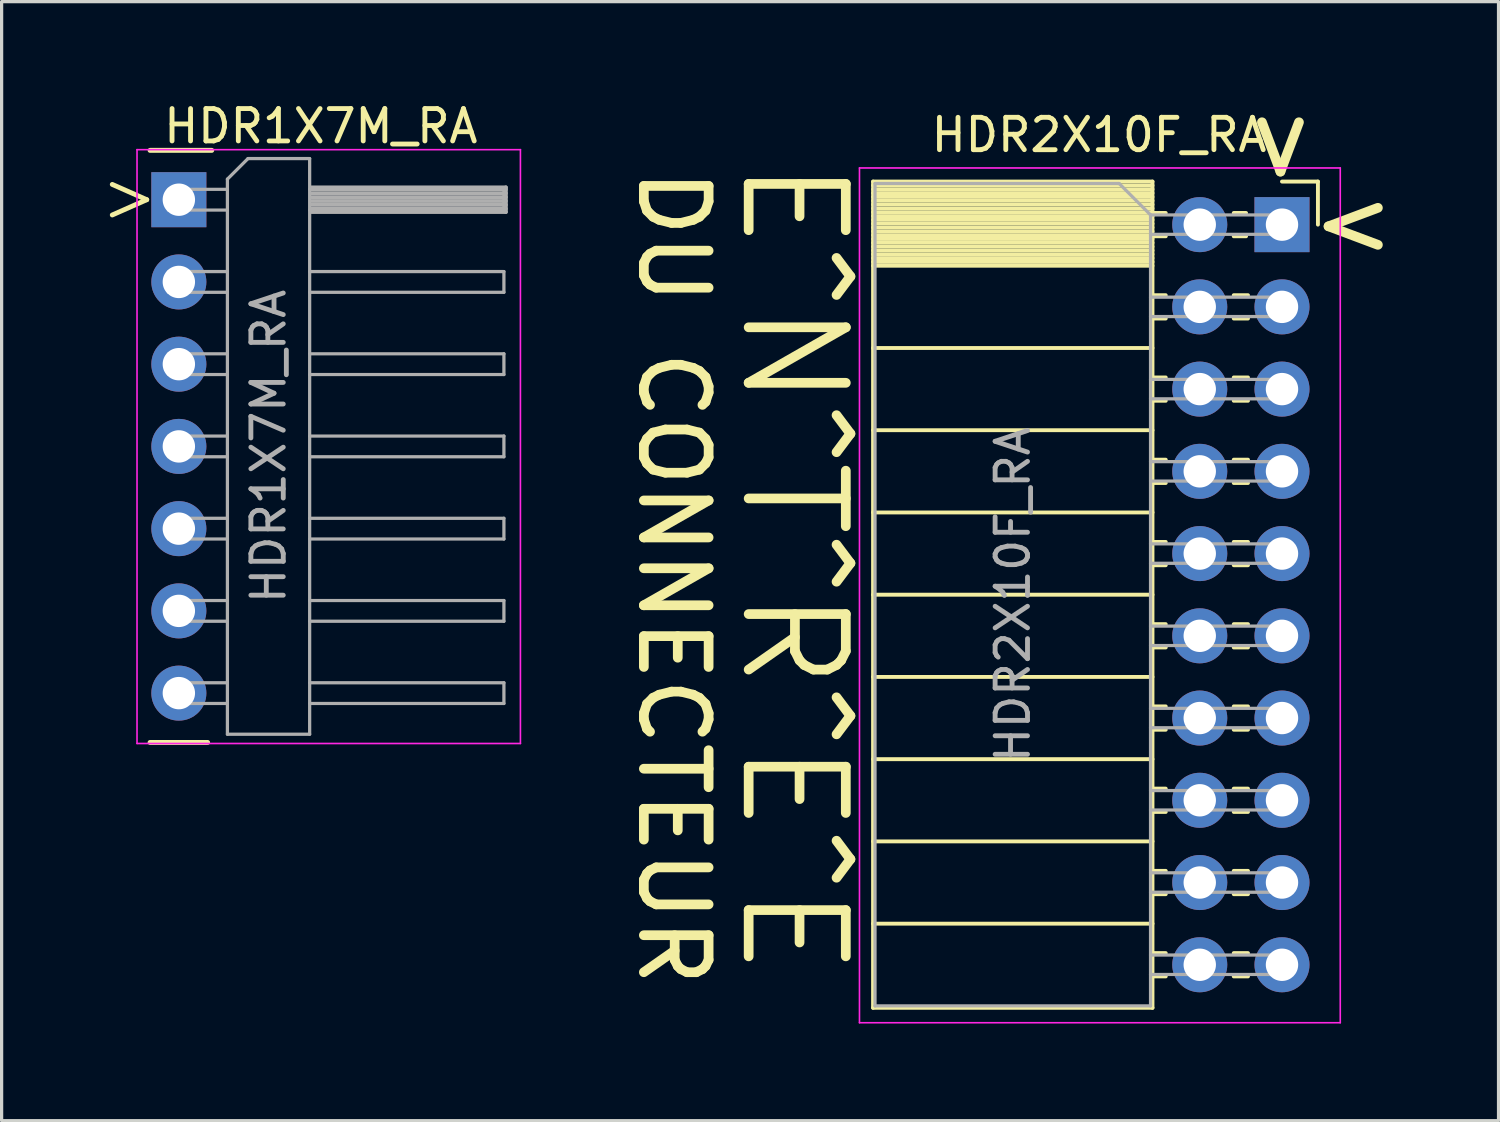
<source format=kicad_pcb>
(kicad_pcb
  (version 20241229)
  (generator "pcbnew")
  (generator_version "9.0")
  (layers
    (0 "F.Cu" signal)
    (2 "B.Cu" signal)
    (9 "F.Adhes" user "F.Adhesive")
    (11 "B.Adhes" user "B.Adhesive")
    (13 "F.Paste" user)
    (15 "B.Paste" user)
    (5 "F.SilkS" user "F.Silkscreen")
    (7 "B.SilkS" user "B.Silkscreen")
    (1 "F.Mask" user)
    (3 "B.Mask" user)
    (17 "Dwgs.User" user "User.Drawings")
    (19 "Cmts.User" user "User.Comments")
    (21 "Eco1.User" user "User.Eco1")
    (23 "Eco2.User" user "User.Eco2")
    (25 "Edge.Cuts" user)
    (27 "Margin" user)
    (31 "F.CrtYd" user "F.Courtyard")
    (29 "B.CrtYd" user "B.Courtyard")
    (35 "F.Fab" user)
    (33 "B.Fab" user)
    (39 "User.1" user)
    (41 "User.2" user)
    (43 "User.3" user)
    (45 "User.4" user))
  (footprint "HDR2X10F_RA"
    (layer "F.Cu")
    (at 36.546 3.888)
    (property "Reference" "HDR2X10F_RA" (at -5.65 -2.77 0) (layer "F.SilkS") (effects (font (size 1 1) (thickness 0.15))))
    (attr through_hole)
    (fp_line (start -12.63 -1.33) (end -12.63 24.19) (stroke (width 0.12) (type solid)) (layer "F.SilkS"))
    (fp_line (start -12.63 -1.33) (end -4 -1.33) (stroke (width 0.12) (type solid)) (layer "F.SilkS"))
    (fp_line (start -12.63 -1.21) (end -4 -1.21) (stroke (width 0.12) (type solid)) (layer "F.SilkS"))
    (fp_line (start -12.63 -1.092) (end -4 -1.092) (stroke (width 0.12) (type solid)) (layer "F.SilkS"))
    (fp_line (start -12.63 -0.974) (end -4 -0.974) (stroke (width 0.12) (type solid)) (layer "F.SilkS"))
    (fp_line (start -12.63 -0.856) (end -4 -0.856) (stroke (width 0.12) (type solid)) (layer "F.SilkS"))
    (fp_line (start -12.63 -0.738) (end -4 -0.738) (stroke (width 0.12) (type solid)) (layer "F.SilkS"))
    (fp_line (start -12.63 -0.62) (end -4 -0.62) (stroke (width 0.12) (type solid)) (layer "F.SilkS"))
    (fp_line (start -12.63 -0.501) (end -4 -0.501) (stroke (width 0.12) (type solid)) (layer "F.SilkS"))
    (fp_line (start -12.63 -0.383) (end -4 -0.383) (stroke (width 0.12) (type solid)) (layer "F.SilkS"))
    (fp_line (start -12.63 -0.265) (end -4 -0.265) (stroke (width 0.12) (type solid)) (layer "F.SilkS"))
    (fp_line (start -12.63 -0.147) (end -4 -0.147) (stroke (width 0.12) (type solid)) (layer "F.SilkS"))
    (fp_line (start -12.63 -0.029) (end -4 -0.029) (stroke (width 0.12) (type solid)) (layer "F.SilkS"))
    (fp_line (start -12.63 0.089) (end -4 0.089) (stroke (width 0.12) (type solid)) (layer "F.SilkS"))
    (fp_line (start -12.63 0.207) (end -4 0.207) (stroke (width 0.12) (type solid)) (layer "F.SilkS"))
    (fp_line (start -12.63 0.325) (end -4 0.325) (stroke (width 0.12) (type solid)) (layer "F.SilkS"))
    (fp_line (start -12.63 0.443) (end -4 0.443) (stroke (width 0.12) (type solid)) (layer "F.SilkS"))
    (fp_line (start -12.63 0.561) (end -4 0.561) (stroke (width 0.12) (type solid)) (layer "F.SilkS"))
    (fp_line (start -12.63 0.68) (end -4 0.68) (stroke (width 0.12) (type solid)) (layer "F.SilkS"))
    (fp_line (start -12.63 0.798) (end -4 0.798) (stroke (width 0.12) (type solid)) (layer "F.SilkS"))
    (fp_line (start -12.63 0.916) (end -4 0.916) (stroke (width 0.12) (type solid)) (layer "F.SilkS"))
    (fp_line (start -12.63 1.034) (end -4 1.034) (stroke (width 0.12) (type solid)) (layer "F.SilkS"))
    (fp_line (start -12.63 1.152) (end -4 1.152) (stroke (width 0.12) (type solid)) (layer "F.SilkS"))
    (fp_line (start -12.63 1.27) (end -4 1.27) (stroke (width 0.12) (type solid)) (layer "F.SilkS"))
    (fp_line (start -12.63 3.81) (end -4 3.81) (stroke (width 0.12) (type solid)) (layer "F.SilkS"))
    (fp_line (start -12.63 6.35) (end -4 6.35) (stroke (width 0.12) (type solid)) (layer "F.SilkS"))
    (fp_line (start -12.63 8.89) (end -4 8.89) (stroke (width 0.12) (type solid)) (layer "F.SilkS"))
    (fp_line (start -12.63 11.43) (end -4 11.43) (stroke (width 0.12) (type solid)) (layer "F.SilkS"))
    (fp_line (start -12.63 13.97) (end -4 13.97) (stroke (width 0.12) (type solid)) (layer "F.SilkS"))
    (fp_line (start -12.63 16.51) (end -4 16.51) (stroke (width 0.12) (type solid)) (layer "F.SilkS"))
    (fp_line (start -12.63 19.05) (end -4 19.05) (stroke (width 0.12) (type solid)) (layer "F.SilkS"))
    (fp_line (start -12.63 21.59) (end -4 21.59) (stroke (width 0.12) (type solid)) (layer "F.SilkS"))
    (fp_line (start -12.63 24.19) (end -4 24.19) (stroke (width 0.12) (type solid)) (layer "F.SilkS"))
    (fp_line (start -4 -1.33) (end -4 24.19) (stroke (width 0.12) (type solid)) (layer "F.SilkS"))
    (fp_line (start -4 -0.36) (end -3.59 -0.36) (stroke (width 0.12) (type solid)) (layer "F.SilkS"))
    (fp_line (start -4 0.36) (end -3.59 0.36) (stroke (width 0.12) (type solid)) (layer "F.SilkS"))
    (fp_line (start -4 2.18) (end -3.59 2.18) (stroke (width 0.12) (type solid)) (layer "F.SilkS"))
    (fp_line (start -4 2.9) (end -3.59 2.9) (stroke (width 0.12) (type solid)) (layer "F.SilkS"))
    (fp_line (start -4 4.72) (end -3.59 4.72) (stroke (width 0.12) (type solid)) (layer "F.SilkS"))
    (fp_line (start -4 5.44) (end -3.59 5.44) (stroke (width 0.12) (type solid)) (layer "F.SilkS"))
    (fp_line (start -4 7.26) (end -3.59 7.26) (stroke (width 0.12) (type solid)) (layer "F.SilkS"))
    (fp_line (start -4 7.98) (end -3.59 7.98) (stroke (width 0.12) (type solid)) (layer "F.SilkS"))
    (fp_line (start -4 9.8) (end -3.59 9.8) (stroke (width 0.12) (type solid)) (layer "F.SilkS"))
    (fp_line (start -4 10.52) (end -3.59 10.52) (stroke (width 0.12) (type solid)) (layer "F.SilkS"))
    (fp_line (start -4 12.34) (end -3.59 12.34) (stroke (width 0.12) (type solid)) (layer "F.SilkS"))
    (fp_line (start -4 13.06) (end -3.59 13.06) (stroke (width 0.12) (type solid)) (layer "F.SilkS"))
    (fp_line (start -4 14.88) (end -3.59 14.88) (stroke (width 0.12) (type solid)) (layer "F.SilkS"))
    (fp_line (start -4 15.6) (end -3.59 15.6) (stroke (width 0.12) (type solid)) (layer "F.SilkS"))
    (fp_line (start -4 17.42) (end -3.59 17.42) (stroke (width 0.12) (type solid)) (layer "F.SilkS"))
    (fp_line (start -4 18.14) (end -3.59 18.14) (stroke (width 0.12) (type solid)) (layer "F.SilkS"))
    (fp_line (start -4 19.96) (end -3.59 19.96) (stroke (width 0.12) (type solid)) (layer "F.SilkS"))
    (fp_line (start -4 20.68) (end -3.59 20.68) (stroke (width 0.12) (type solid)) (layer "F.SilkS"))
    (fp_line (start -4 22.5) (end -3.59 22.5) (stroke (width 0.12) (type solid)) (layer "F.SilkS"))
    (fp_line (start -4 23.22) (end -3.59 23.22) (stroke (width 0.12) (type solid)) (layer "F.SilkS"))
    (fp_line (start -1.49 -0.36) (end -1.11 -0.36) (stroke (width 0.12) (type solid)) (layer "F.SilkS"))
    (fp_line (start -1.49 0.36) (end -1.11 0.36) (stroke (width 0.12) (type solid)) (layer "F.SilkS"))
    (fp_line (start -1.49 2.18) (end -1.05 2.18) (stroke (width 0.12) (type solid)) (layer "F.SilkS"))
    (fp_line (start -1.49 2.9) (end -1.05 2.9) (stroke (width 0.12) (type solid)) (layer "F.SilkS"))
    (fp_line (start -1.49 4.72) (end -1.05 4.72) (stroke (width 0.12) (type solid)) (layer "F.SilkS"))
    (fp_line (start -1.49 5.44) (end -1.05 5.44) (stroke (width 0.12) (type solid)) (layer "F.SilkS"))
    (fp_line (start -1.49 7.26) (end -1.05 7.26) (stroke (width 0.12) (type solid)) (layer "F.SilkS"))
    (fp_line (start -1.49 7.98) (end -1.05 7.98) (stroke (width 0.12) (type solid)) (layer "F.SilkS"))
    (fp_line (start -1.49 9.8) (end -1.05 9.8) (stroke (width 0.12) (type solid)) (layer "F.SilkS"))
    (fp_line (start -1.49 10.52) (end -1.05 10.52) (stroke (width 0.12) (type solid)) (layer "F.SilkS"))
    (fp_line (start -1.49 12.34) (end -1.05 12.34) (stroke (width 0.12) (type solid)) (layer "F.SilkS"))
    (fp_line (start -1.49 13.06) (end -1.05 13.06) (stroke (width 0.12) (type solid)) (layer "F.SilkS"))
    (fp_line (start -1.49 14.88) (end -1.05 14.88) (stroke (width 0.12) (type solid)) (layer "F.SilkS"))
    (fp_line (start -1.49 15.6) (end -1.05 15.6) (stroke (width 0.12) (type solid)) (layer "F.SilkS"))
    (fp_line (start -1.49 17.42) (end -1.05 17.42) (stroke (width 0.12) (type solid)) (layer "F.SilkS"))
    (fp_line (start -1.49 18.14) (end -1.05 18.14) (stroke (width 0.12) (type solid)) (layer "F.SilkS"))
    (fp_line (start -1.49 19.96) (end -1.05 19.96) (stroke (width 0.12) (type solid)) (layer "F.SilkS"))
    (fp_line (start -1.49 20.68) (end -1.05 20.68) (stroke (width 0.12) (type solid)) (layer "F.SilkS"))
    (fp_line (start -1.49 22.5) (end -1.05 22.5) (stroke (width 0.12) (type solid)) (layer "F.SilkS"))
    (fp_line (start -1.49 23.22) (end -1.05 23.22) (stroke (width 0.12) (type solid)) (layer "F.SilkS"))
    (fp_line (start 0 -1.33) (end 1.11 -1.33) (stroke (width 0.12) (type solid)) (layer "F.SilkS"))
    (fp_line (start 1.11 -1.33) (end 1.11 0) (stroke (width 0.12) (type solid)) (layer "F.SilkS"))
    (fp_line (start -13.05 -1.75) (end -13.05 24.65) (stroke (width 0.05) (type solid)) (layer "F.CrtYd"))
    (fp_line (start -13.05 24.65) (end 1.8 24.65) (stroke (width 0.05) (type solid)) (layer "F.CrtYd"))
    (fp_line (start 1.8 -1.75) (end -13.05 -1.75) (stroke (width 0.05) (type solid)) (layer "F.CrtYd"))
    (fp_line (start 1.8 24.65) (end 1.8 -1.75) (stroke (width 0.05) (type solid)) (layer "F.CrtYd"))
    (fp_line (start -12.57 -1.27) (end -5.03 -1.27) (stroke (width 0.1) (type solid)) (layer "F.Fab"))
    (fp_line (start -12.57 24.13) (end -12.57 -1.27) (stroke (width 0.1) (type solid)) (layer "F.Fab"))
    (fp_line (start -5.03 -1.27) (end -4.06 -0.3) (stroke (width 0.1) (type solid)) (layer "F.Fab"))
    (fp_line (start -4.06 -0.3) (end -4.06 24.13) (stroke (width 0.1) (type solid)) (layer "F.Fab"))
    (fp_line (start -4.06 0.3) (end 0 0.3) (stroke (width 0.1) (type solid)) (layer "F.Fab"))
    (fp_line (start -4.06 2.84) (end 0 2.84) (stroke (width 0.1) (type solid)) (layer "F.Fab"))
    (fp_line (start -4.06 5.38) (end 0 5.38) (stroke (width 0.1) (type solid)) (layer "F.Fab"))
    (fp_line (start -4.06 7.92) (end 0 7.92) (stroke (width 0.1) (type solid)) (layer "F.Fab"))
    (fp_line (start -4.06 10.46) (end 0 10.46) (stroke (width 0.1) (type solid)) (layer "F.Fab"))
    (fp_line (start -4.06 13) (end 0 13) (stroke (width 0.1) (type solid)) (layer "F.Fab"))
    (fp_line (start -4.06 15.54) (end 0 15.54) (stroke (width 0.1) (type solid)) (layer "F.Fab"))
    (fp_line (start -4.06 18.08) (end 0 18.08) (stroke (width 0.1) (type solid)) (layer "F.Fab"))
    (fp_line (start -4.06 20.62) (end 0 20.62) (stroke (width 0.1) (type solid)) (layer "F.Fab"))
    (fp_line (start -4.06 23.16) (end 0 23.16) (stroke (width 0.1) (type solid)) (layer "F.Fab"))
    (fp_line (start -4.06 24.13) (end -12.57 24.13) (stroke (width 0.1) (type solid)) (layer "F.Fab"))
    (fp_line (start 0 -0.3) (end -4.06 -0.3) (stroke (width 0.1) (type solid)) (layer "F.Fab"))
    (fp_line (start 0 0.3) (end 0 -0.3) (stroke (width 0.1) (type solid)) (layer "F.Fab"))
    (fp_line (start 0 2.24) (end -4.06 2.24) (stroke (width 0.1) (type solid)) (layer "F.Fab"))
    (fp_line (start 0 2.84) (end 0 2.24) (stroke (width 0.1) (type solid)) (layer "F.Fab"))
    (fp_line (start 0 4.78) (end -4.06 4.78) (stroke (width 0.1) (type solid)) (layer "F.Fab"))
    (fp_line (start 0 5.38) (end 0 4.78) (stroke (width 0.1) (type solid)) (layer "F.Fab"))
    (fp_line (start 0 7.32) (end -4.06 7.32) (stroke (width 0.1) (type solid)) (layer "F.Fab"))
    (fp_line (start 0 7.92) (end 0 7.32) (stroke (width 0.1) (type solid)) (layer "F.Fab"))
    (fp_line (start 0 9.86) (end -4.06 9.86) (stroke (width 0.1) (type solid)) (layer "F.Fab"))
    (fp_line (start 0 10.46) (end 0 9.86) (stroke (width 0.1) (type solid)) (layer "F.Fab"))
    (fp_line (start 0 12.4) (end -4.06 12.4) (stroke (width 0.1) (type solid)) (layer "F.Fab"))
    (fp_line (start 0 13) (end 0 12.4) (stroke (width 0.1) (type solid)) (layer "F.Fab"))
    (fp_line (start 0 14.94) (end -4.06 14.94) (stroke (width 0.1) (type solid)) (layer "F.Fab"))
    (fp_line (start 0 15.54) (end 0 14.94) (stroke (width 0.1) (type solid)) (layer "F.Fab"))
    (fp_line (start 0 17.48) (end -4.06 17.48) (stroke (width 0.1) (type solid)) (layer "F.Fab"))
    (fp_line (start 0 18.08) (end 0 17.48) (stroke (width 0.1) (type solid)) (layer "F.Fab"))
    (fp_line (start 0 20.02) (end -4.06 20.02) (stroke (width 0.1) (type solid)) (layer "F.Fab"))
    (fp_line (start 0 20.62) (end 0 20.02) (stroke (width 0.1) (type solid)) (layer "F.Fab"))
    (fp_line (start 0 22.56) (end -4.06 22.56) (stroke (width 0.1) (type solid)) (layer "F.Fab"))
    (fp_line (start 0 23.16) (end 0 22.56) (stroke (width 0.1) (type solid)) (layer "F.Fab"))
    (fp_text user ">" (at 0.1 -2.4 270) (unlocked yes) (layer "F.SilkS") (effects (font (size 2 2) (thickness 0.3))))
    (fp_text user "E^N^T^R^E^E" (at -15.1 10.6 270) (unlocked yes) (layer "F.SilkS") (effects (font (size 3 3) (thickness 0.3))))
    (fp_text user ">" (at 2.2 0.2 180) (unlocked yes) (layer "F.SilkS") (effects (font (size 2 2) (thickness 0.3))))
    (fp_text user "DU CONNECTEUR" (at -18.8 10.9 270) (unlocked yes) (layer "F.SilkS") (effects (font (size 2 2) (thickness 0.3))))
    (fp_text user "${REFERENCE}" (at -8.315 11.43 90) (layer "F.Fab") (effects (font (size 1 1) (thickness 0.15))))
    (pad "1" thru_hole rect (at 0 0) (size 1.7 1.7) (drill 1) (layers "*.Cu" "*.Mask"))
    (pad "2" thru_hole oval (at -2.54 0) (size 1.7 1.7) (drill 1) (layers "*.Cu" "*.Mask"))
    (pad "3" thru_hole oval (at 0 2.54) (size 1.7 1.7) (drill 1) (layers "*.Cu" "*.Mask"))
    (pad "4" thru_hole oval (at -2.54 2.54) (size 1.7 1.7) (drill 1) (layers "*.Cu" "*.Mask"))
    (pad "5" thru_hole oval (at 0 5.08) (size 1.7 1.7) (drill 1) (layers "*.Cu" "*.Mask"))
    (pad "6" thru_hole oval (at -2.54 5.08) (size 1.7 1.7) (drill 1) (layers "*.Cu" "*.Mask"))
    (pad "7" thru_hole oval (at 0 7.62) (size 1.7 1.7) (drill 1) (layers "*.Cu" "*.Mask"))
    (pad "8" thru_hole oval (at -2.54 7.62) (size 1.7 1.7) (drill 1) (layers "*.Cu" "*.Mask"))
    (pad "9" thru_hole oval (at 0 10.16) (size 1.7 1.7) (drill 1) (layers "*.Cu" "*.Mask"))
    (pad "10" thru_hole oval (at -2.54 10.16) (size 1.7 1.7) (drill 1) (layers "*.Cu" "*.Mask"))
    (pad "11" thru_hole oval (at 0 12.7) (size 1.7 1.7) (drill 1) (layers "*.Cu" "*.Mask"))
    (pad "12" thru_hole oval (at -2.54 12.7) (size 1.7 1.7) (drill 1) (layers "*.Cu" "*.Mask"))
    (pad "13" thru_hole oval (at 0 15.24) (size 1.7 1.7) (drill 1) (layers "*.Cu" "*.Mask"))
    (pad "14" thru_hole oval (at -2.54 15.24) (size 1.7 1.7) (drill 1) (layers "*.Cu" "*.Mask"))
    (pad "15" thru_hole oval (at 0 17.78) (size 1.7 1.7) (drill 1) (layers "*.Cu" "*.Mask"))
    (pad "16" thru_hole oval (at -2.54 17.78) (size 1.7 1.7) (drill 1) (layers "*.Cu" "*.Mask"))
    (pad "17" thru_hole oval (at 0 20.32) (size 1.7 1.7) (drill 1) (layers "*.Cu" "*.Mask"))
    (pad "18" thru_hole oval (at -2.54 20.32) (size 1.7 1.7) (drill 1) (layers "*.Cu" "*.Mask"))
    (pad "19" thru_hole oval (at 0 22.86) (size 1.7 1.7) (drill 1) (layers "*.Cu" "*.Mask"))
    (pad "20" thru_hole oval (at -2.54 22.86) (size 1.7 1.7) (drill 1) (layers "*.Cu" "*.Mask")))
  (footprint "HDR1X7M_RA"
    (layer "F.Cu")
    (at 2.474 3.118)
    (property "Reference" "HDR1X7M_RA" (at 4.385 -2.27 0) (layer "F.SilkS") (effects (font (size 1 1) (thickness 0.15))))
    (attr through_hole)
    (fp_line (start -0.889 -1.524) (end 1.016 -1.524) (stroke (width 0.152) (type solid)) (layer "F.SilkS"))
    (fp_line (start -0.889 16.764) (end 0.889 16.764) (stroke (width 0.152) (type solid)) (layer "F.SilkS"))
    (fp_line (start -1.292 16.796) (end -1.292 -1.546) (stroke (width 0.05) (type solid)) (layer "F.CrtYd"))
    (fp_line (start -1.292 16.796) (end 10.55 16.796) (stroke (width 0.05) (type solid)) (layer "F.CrtYd"))
    (fp_line (start 10.55 -1.546) (end -1.292 -1.546) (stroke (width 0.05) (type solid)) (layer "F.CrtYd"))
    (fp_line (start 10.55 16.796) (end 10.55 -1.546) (stroke (width 0.05) (type solid)) (layer "F.CrtYd"))
    (fp_line (start -0.32 -0.32) (end -0.32 0.32) (stroke (width 0.1) (type solid)) (layer "F.Fab"))
    (fp_line (start -0.32 -0.32) (end 1.5 -0.32) (stroke (width 0.1) (type solid)) (layer "F.Fab"))
    (fp_line (start -0.32 0.32) (end 1.5 0.32) (stroke (width 0.1) (type solid)) (layer "F.Fab"))
    (fp_line (start -0.32 2.22) (end -0.32 2.86) (stroke (width 0.1) (type solid)) (layer "F.Fab"))
    (fp_line (start -0.32 2.22) (end 1.5 2.22) (stroke (width 0.1) (type solid)) (layer "F.Fab"))
    (fp_line (start -0.32 2.86) (end 1.5 2.86) (stroke (width 0.1) (type solid)) (layer "F.Fab"))
    (fp_line (start -0.32 4.76) (end -0.32 5.4) (stroke (width 0.1) (type solid)) (layer "F.Fab"))
    (fp_line (start -0.32 4.76) (end 1.5 4.76) (stroke (width 0.1) (type solid)) (layer "F.Fab"))
    (fp_line (start -0.32 5.4) (end 1.5 5.4) (stroke (width 0.1) (type solid)) (layer "F.Fab"))
    (fp_line (start -0.32 7.3) (end -0.32 7.94) (stroke (width 0.1) (type solid)) (layer "F.Fab"))
    (fp_line (start -0.32 7.3) (end 1.5 7.3) (stroke (width 0.1) (type solid)) (layer "F.Fab"))
    (fp_line (start -0.32 7.94) (end 1.5 7.94) (stroke (width 0.1) (type solid)) (layer "F.Fab"))
    (fp_line (start -0.32 9.84) (end -0.32 10.48) (stroke (width 0.1) (type solid)) (layer "F.Fab"))
    (fp_line (start -0.32 9.84) (end 1.5 9.84) (stroke (width 0.1) (type solid)) (layer "F.Fab"))
    (fp_line (start -0.32 10.48) (end 1.5 10.48) (stroke (width 0.1) (type solid)) (layer "F.Fab"))
    (fp_line (start -0.32 12.38) (end -0.32 13.02) (stroke (width 0.1) (type solid)) (layer "F.Fab"))
    (fp_line (start -0.32 12.38) (end 1.5 12.38) (stroke (width 0.1) (type solid)) (layer "F.Fab"))
    (fp_line (start -0.32 13.02) (end 1.5 13.02) (stroke (width 0.1) (type solid)) (layer "F.Fab"))
    (fp_line (start -0.32 14.92) (end -0.32 15.56) (stroke (width 0.1) (type solid)) (layer "F.Fab"))
    (fp_line (start -0.32 14.92) (end 1.5 14.92) (stroke (width 0.1) (type solid)) (layer "F.Fab"))
    (fp_line (start -0.32 15.56) (end 1.5 15.56) (stroke (width 0.1) (type solid)) (layer "F.Fab"))
    (fp_line (start 1.5 -0.635) (end 2.135 -1.27) (stroke (width 0.1) (type solid)) (layer "F.Fab"))
    (fp_line (start 1.5 16.51) (end 1.5 -0.635) (stroke (width 0.1) (type solid)) (layer "F.Fab"))
    (fp_line (start 2.135 -1.27) (end 4.04 -1.27) (stroke (width 0.1) (type solid)) (layer "F.Fab"))
    (fp_line (start 4.04 -1.27) (end 4.04 16.51) (stroke (width 0.1) (type solid)) (layer "F.Fab"))
    (fp_line (start 4.04 -0.32) (end 10.04 -0.32) (stroke (width 0.1) (type solid)) (layer "F.Fab"))
    (fp_line (start 4.04 0.32) (end 10.04 0.32) (stroke (width 0.1) (type solid)) (layer "F.Fab"))
    (fp_line (start 4.04 2.22) (end 10.04 2.22) (stroke (width 0.1) (type solid)) (layer "F.Fab"))
    (fp_line (start 4.04 2.86) (end 10.04 2.86) (stroke (width 0.1) (type solid)) (layer "F.Fab"))
    (fp_line (start 4.04 4.76) (end 10.04 4.76) (stroke (width 0.1) (type solid)) (layer "F.Fab"))
    (fp_line (start 4.04 5.4) (end 10.04 5.4) (stroke (width 0.1) (type solid)) (layer "F.Fab"))
    (fp_line (start 4.04 7.3) (end 10.04 7.3) (stroke (width 0.1) (type solid)) (layer "F.Fab"))
    (fp_line (start 4.04 7.94) (end 10.04 7.94) (stroke (width 0.1) (type solid)) (layer "F.Fab"))
    (fp_line (start 4.04 9.84) (end 10.04 9.84) (stroke (width 0.1) (type solid)) (layer "F.Fab"))
    (fp_line (start 4.04 10.48) (end 10.04 10.48) (stroke (width 0.1) (type solid)) (layer "F.Fab"))
    (fp_line (start 4.04 12.38) (end 10.04 12.38) (stroke (width 0.1) (type solid)) (layer "F.Fab"))
    (fp_line (start 4.04 13.02) (end 10.04 13.02) (stroke (width 0.1) (type solid)) (layer "F.Fab"))
    (fp_line (start 4.04 14.92) (end 10.04 14.92) (stroke (width 0.1) (type solid)) (layer "F.Fab"))
    (fp_line (start 4.04 15.56) (end 10.04 15.56) (stroke (width 0.1) (type solid)) (layer "F.Fab"))
    (fp_line (start 4.04 16.51) (end 1.5 16.51) (stroke (width 0.1) (type solid)) (layer "F.Fab"))
    (fp_line (start 4.1 -0.38) (end 10.1 -0.38) (stroke (width 0.12) (type solid)) (layer "F.Fab"))
    (fp_line (start 4.1 -0.32) (end 10.1 -0.32) (stroke (width 0.12) (type solid)) (layer "F.Fab"))
    (fp_line (start 4.1 -0.2) (end 10.1 -0.2) (stroke (width 0.12) (type solid)) (layer "F.Fab"))
    (fp_line (start 4.1 -0.08) (end 10.1 -0.08) (stroke (width 0.12) (type solid)) (layer "F.Fab"))
    (fp_line (start 4.1 0.04) (end 10.1 0.04) (stroke (width 0.12) (type solid)) (layer "F.Fab"))
    (fp_line (start 4.1 0.16) (end 10.1 0.16) (stroke (width 0.12) (type solid)) (layer "F.Fab"))
    (fp_line (start 4.1 0.28) (end 10.1 0.28) (stroke (width 0.12) (type solid)) (layer "F.Fab"))
    (fp_line (start 10.04 -0.32) (end 10.04 0.32) (stroke (width 0.1) (type solid)) (layer "F.Fab"))
    (fp_line (start 10.04 2.22) (end 10.04 2.86) (stroke (width 0.1) (type solid)) (layer "F.Fab"))
    (fp_line (start 10.04 4.76) (end 10.04 5.4) (stroke (width 0.1) (type solid)) (layer "F.Fab"))
    (fp_line (start 10.04 7.3) (end 10.04 7.94) (stroke (width 0.1) (type solid)) (layer "F.Fab"))
    (fp_line (start 10.04 9.84) (end 10.04 10.48) (stroke (width 0.1) (type solid)) (layer "F.Fab"))
    (fp_line (start 10.04 12.38) (end 10.04 13.02) (stroke (width 0.1) (type solid)) (layer "F.Fab"))
    (fp_line (start 10.04 14.92) (end 10.04 15.56) (stroke (width 0.1) (type solid)) (layer "F.Fab"))
    (fp_line (start 10.1 -0.38) (end 10.1 0.38) (stroke (width 0.12) (type solid)) (layer "F.Fab"))
    (fp_line (start 10.1 0.38) (end 4.1 0.38) (stroke (width 0.12) (type solid)) (layer "F.Fab"))
    (fp_text user ">" (at -1.524 -0.127 0) (layer "F.SilkS") (effects (font (size 1.651 1.397) (thickness 0.15))))
    (fp_text user "${REFERENCE}" (at 2.77 7.62 90) (layer "F.Fab") (effects (font (size 1 1) (thickness 0.15))))
    (pad "1" thru_hole rect (at 0 0) (size 1.7 1.7) (drill 1) (layers "*.Cu" "*.Mask"))
    (pad "2" thru_hole oval (at 0 2.54) (size 1.7 1.7) (drill 1) (layers "*.Cu" "*.Mask"))
    (pad "3" thru_hole oval (at 0 5.08) (size 1.7 1.7) (drill 1) (layers "*.Cu" "*.Mask"))
    (pad "4" thru_hole oval (at 0 7.62) (size 1.7 1.7) (drill 1) (layers "*.Cu" "*.Mask"))
    (pad "5" thru_hole oval (at 0 10.16) (size 1.7 1.7) (drill 1) (layers "*.Cu" "*.Mask"))
    (pad "6" thru_hole oval (at 0 12.7) (size 1.7 1.7) (drill 1) (layers "*.Cu" "*.Mask"))
    (pad "7" thru_hole oval (at 0 15.24) (size 1.7 1.7) (drill 1) (layers "*.Cu" "*.Mask")))
  (gr_rect
    (start -3 -3)
    (end 43.234 31.563)
    (stroke (width 0.1) (type default))
    (fill no)
    (layer "Edge.Cuts")))
</source>
